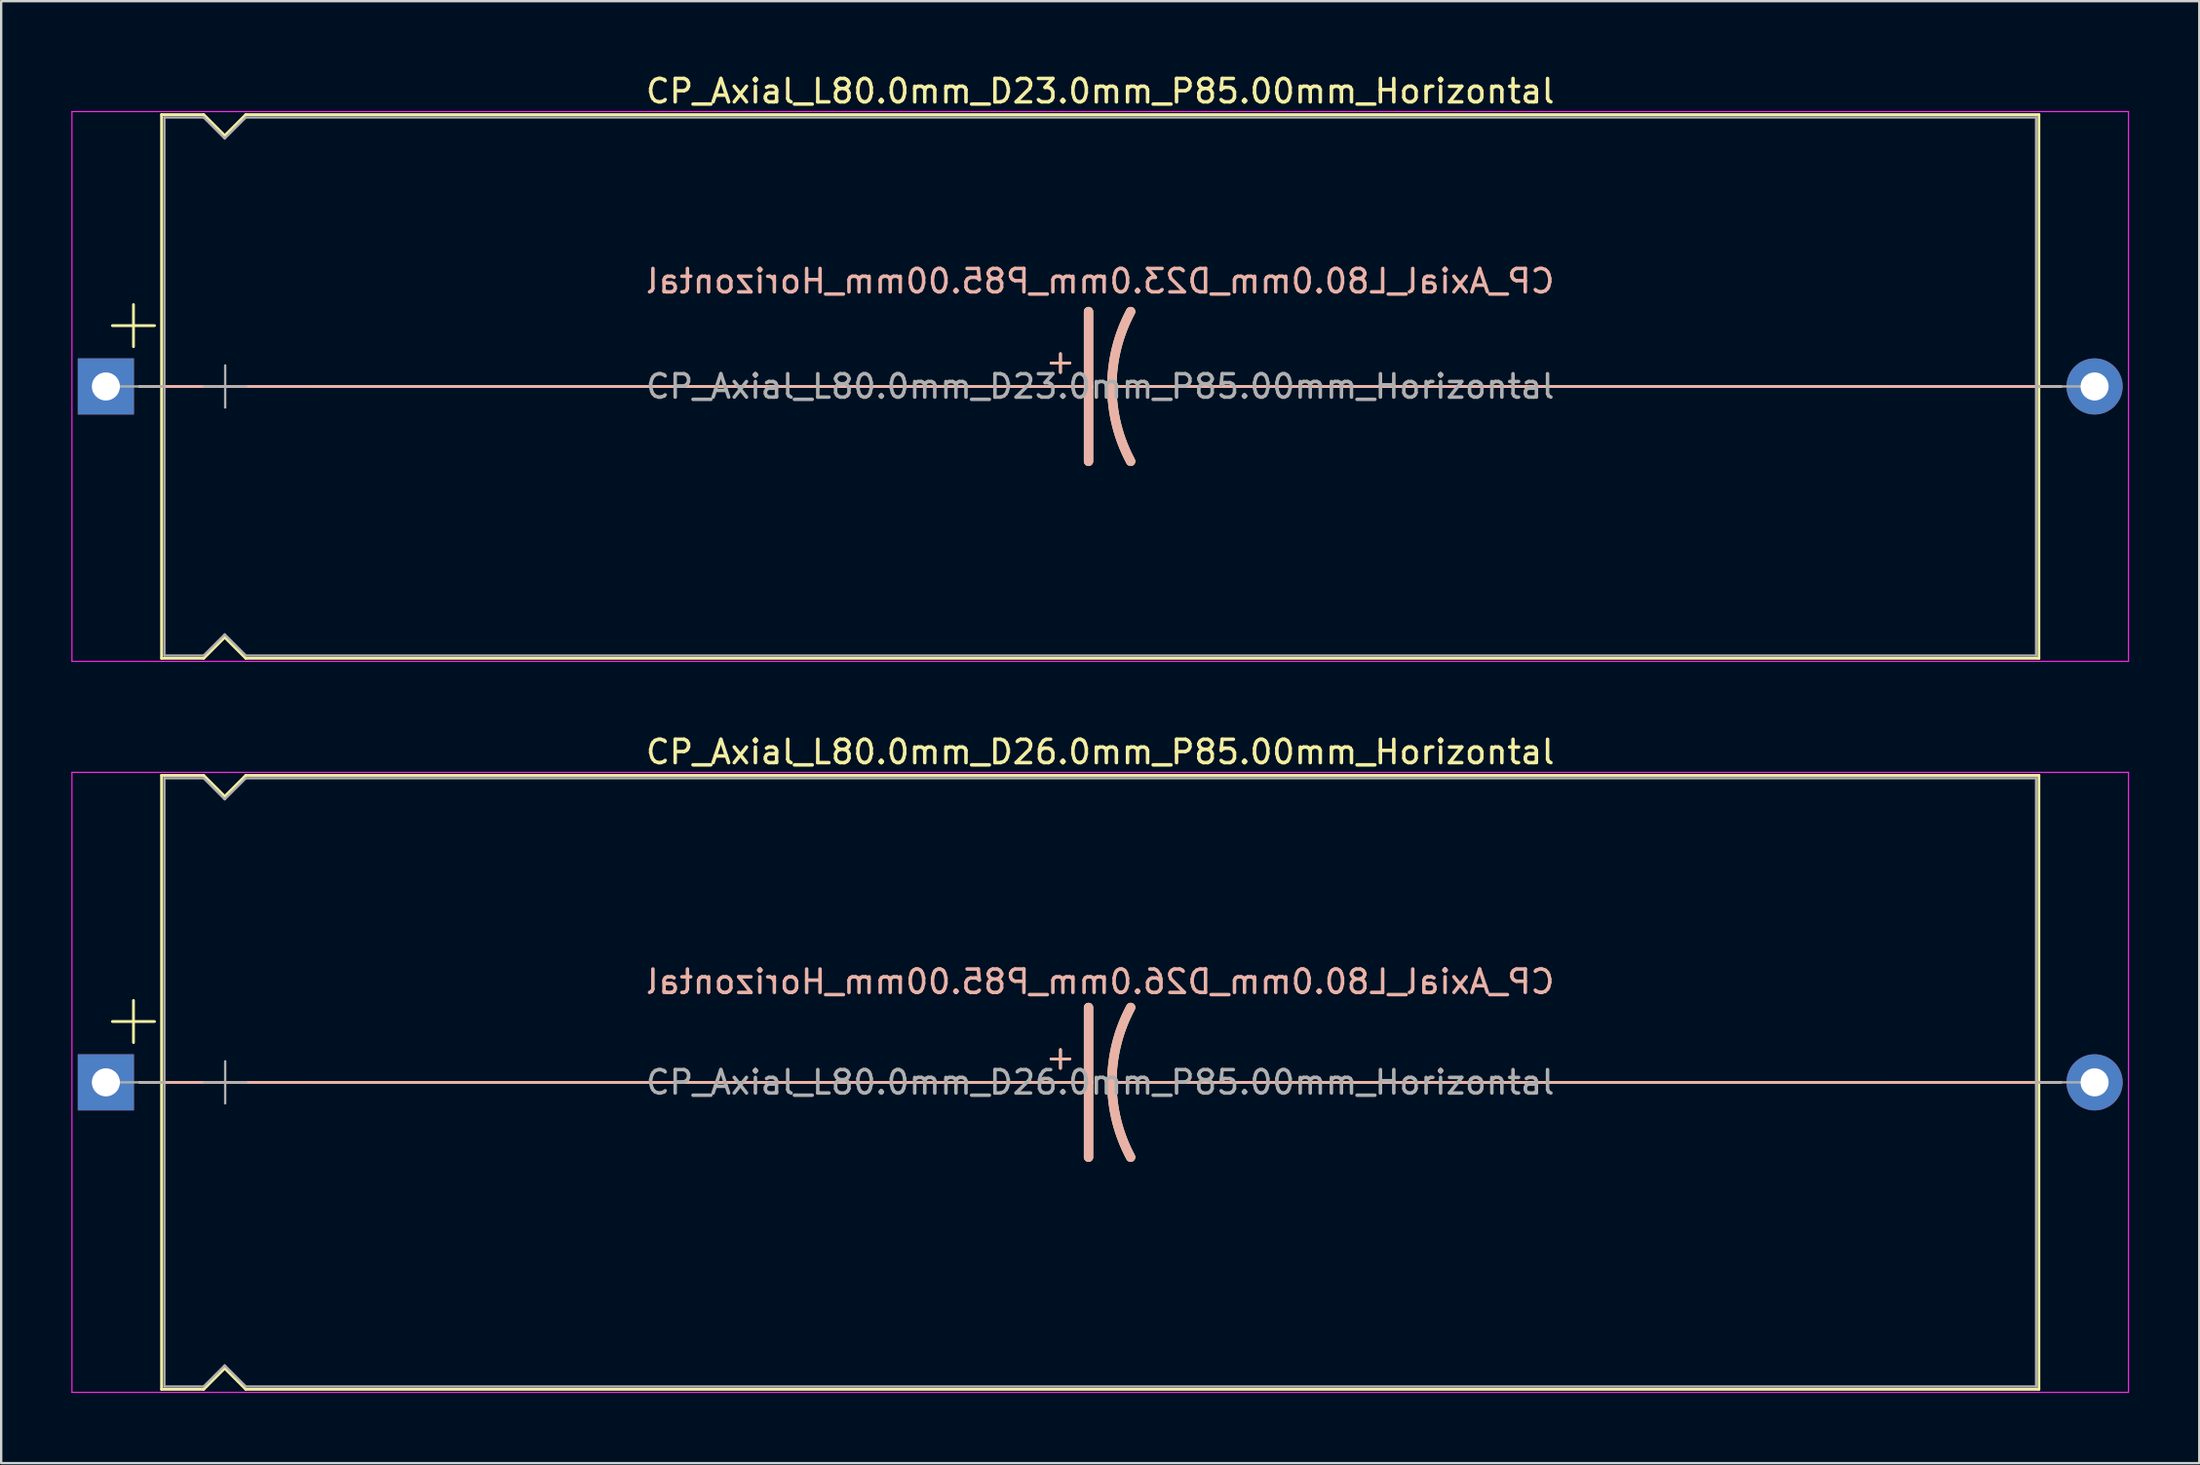
<source format=kicad_pcb>
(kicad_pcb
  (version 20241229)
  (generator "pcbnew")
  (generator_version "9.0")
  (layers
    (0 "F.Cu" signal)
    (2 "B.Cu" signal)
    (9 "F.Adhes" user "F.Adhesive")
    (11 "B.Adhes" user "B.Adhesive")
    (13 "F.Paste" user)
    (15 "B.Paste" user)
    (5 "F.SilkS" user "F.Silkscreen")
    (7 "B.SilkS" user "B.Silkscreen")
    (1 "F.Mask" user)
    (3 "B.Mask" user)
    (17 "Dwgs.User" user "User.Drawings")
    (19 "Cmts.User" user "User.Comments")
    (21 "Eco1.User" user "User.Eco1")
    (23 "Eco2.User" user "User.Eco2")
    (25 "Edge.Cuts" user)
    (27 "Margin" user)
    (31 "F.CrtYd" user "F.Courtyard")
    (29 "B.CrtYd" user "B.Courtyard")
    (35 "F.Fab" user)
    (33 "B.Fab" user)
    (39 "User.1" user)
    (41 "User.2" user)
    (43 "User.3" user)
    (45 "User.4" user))
  (footprint "CP_Axial_L80.0mm_D23.0mm_P85.00mm_Horizontal"
    (layer "F.Cu")
    (at 1.475 13.468)
    (property "Reference" "CP_Axial_L80.0mm_D23.0mm_P85.00mm_Horizontal" (at 42.5 -12.62 0) (layer "F.SilkS") (effects (font (size 1 1) (thickness 0.15))))
    (fp_line (start 0.28 -2.6) (end 2.08 -2.6) (stroke (width 0.12) (type solid)) (layer "F.SilkS"))
    (fp_line (start 1.18 -3.5) (end 1.18 -1.7) (stroke (width 0.12) (type solid)) (layer "F.SilkS"))
    (fp_line (start 1.44 0) (end 2.38 0) (stroke (width 0.12) (type solid)) (layer "F.SilkS"))
    (fp_line (start 2.38 -11.62) (end 2.38 11.62) (stroke (width 0.12) (type solid)) (layer "F.SilkS"))
    (fp_line (start 2.38 -11.62) (end 4.18 -11.62) (stroke (width 0.12) (type solid)) (layer "F.SilkS"))
    (fp_line (start 2.38 0) (end 42 0) (stroke (width 0.12) (type solid)) (layer "F.SilkS"))
    (fp_line (start 2.38 11.62) (end 4.18 11.62) (stroke (width 0.12) (type solid)) (layer "F.SilkS"))
    (fp_line (start 4.18 -11.62) (end 5.08 -10.72) (stroke (width 0.12) (type solid)) (layer "F.SilkS"))
    (fp_line (start 4.18 11.62) (end 5.08 10.72) (stroke (width 0.12) (type solid)) (layer "F.SilkS"))
    (fp_line (start 5.08 -10.72) (end 5.98 -11.62) (stroke (width 0.12) (type solid)) (layer "F.SilkS"))
    (fp_line (start 5.08 10.72) (end 5.98 11.62) (stroke (width 0.12) (type solid)) (layer "F.SilkS"))
    (fp_line (start 5.98 -11.62) (end 82.62 -11.62) (stroke (width 0.12) (type solid)) (layer "F.SilkS"))
    (fp_line (start 5.98 11.62) (end 82.62 11.62) (stroke (width 0.12) (type solid)) (layer "F.SilkS"))
    (fp_line (start 40.4 -1) (end 41.2 -1) (stroke (width 0.12) (type solid)) (layer "F.SilkS"))
    (fp_line (start 40.8 -1.4) (end 40.8 -0.6) (stroke (width 0.12) (type solid)) (layer "F.SilkS"))
    (fp_line (start 42 0) (end 42 -3.2) (stroke (width 0.4) (type solid)) (layer "F.SilkS"))
    (fp_line (start 42 0) (end 42 3.2) (stroke (width 0.4) (type solid)) (layer "F.SilkS"))
    (fp_line (start 82.62 -11.62) (end 82.62 11.62) (stroke (width 0.12) (type solid)) (layer "F.SilkS"))
    (fp_line (start 82.62 0) (end 43 0) (stroke (width 0.12) (type solid)) (layer "F.SilkS"))
    (fp_line (start 83.56 0) (end 82.62 0) (stroke (width 0.12) (type solid)) (layer "F.SilkS"))
    (fp_arc (start 43 0) (mid 43.203545 -1.649114) (end 43.8 -3.2) (stroke (width 0.4) (type solid)) (layer "F.SilkS"))
    (fp_arc (start 43.8 3.2) (mid 43.200704 1.649824) (end 43 0) (stroke (width 0.4) (type solid)) (layer "F.SilkS"))
    (fp_line (start 1.5 0) (end 8.88 0) (stroke (width 0.12) (type solid)) (layer "B.SilkS"))
    (fp_line (start 2.38 0) (end 42 0) (stroke (width 0.12) (type solid)) (layer "B.SilkS"))
    (fp_line (start 40.4 -1) (end 41.2 -1) (stroke (width 0.12) (type solid)) (layer "B.SilkS"))
    (fp_line (start 40.8 -0.6) (end 40.8 -1.4) (stroke (width 0.12) (type solid)) (layer "B.SilkS"))
    (fp_line (start 42 0) (end 42 -3.2) (stroke (width 0.4) (type solid)) (layer "B.SilkS"))
    (fp_line (start 42 0) (end 42 3.2) (stroke (width 0.4) (type solid)) (layer "B.SilkS"))
    (fp_line (start 82.62 0) (end 43 0) (stroke (width 0.12) (type solid)) (layer "B.SilkS"))
    (fp_line (start 83.5 0) (end 76.12 0) (stroke (width 0.12) (type solid)) (layer "B.SilkS"))
    (fp_arc (start 43 0) (mid 43.200703 -1.649824) (end 43.8 -3.2) (stroke (width 0.4) (type solid)) (layer "B.SilkS"))
    (fp_arc (start 43.8 3.2) (mid 43.203544 1.649114) (end 43 0) (stroke (width 0.4) (type solid)) (layer "B.SilkS"))
    (fp_line (start -1.45 -11.75) (end -1.45 11.75) (stroke (width 0.05) (type solid)) (layer "F.CrtYd"))
    (fp_line (start -1.45 11.75) (end 86.45 11.75) (stroke (width 0.05) (type solid)) (layer "F.CrtYd"))
    (fp_line (start 86.45 -11.75) (end -1.45 -11.75) (stroke (width 0.05) (type solid)) (layer "F.CrtYd"))
    (fp_line (start 86.45 11.75) (end 86.45 -11.75) (stroke (width 0.05) (type solid)) (layer "F.CrtYd"))
    (fp_line (start 0 0) (end 2.5 0) (stroke (width 0.1) (type solid)) (layer "F.Fab"))
    (fp_line (start 2.5 -11.5) (end 2.5 11.5) (stroke (width 0.1) (type solid)) (layer "F.Fab"))
    (fp_line (start 2.5 -11.5) (end 4.18 -11.5) (stroke (width 0.1) (type solid)) (layer "F.Fab"))
    (fp_line (start 2.5 11.5) (end 4.18 11.5) (stroke (width 0.1) (type solid)) (layer "F.Fab"))
    (fp_line (start 4.18 -11.5) (end 5.08 -10.6) (stroke (width 0.1) (type solid)) (layer "F.Fab"))
    (fp_line (start 4.18 11.5) (end 5.08 10.6) (stroke (width 0.1) (type solid)) (layer "F.Fab"))
    (fp_line (start 4.2 0) (end 6 0) (stroke (width 0.1) (type solid)) (layer "F.Fab"))
    (fp_line (start 5.08 -10.6) (end 5.98 -11.5) (stroke (width 0.1) (type solid)) (layer "F.Fab"))
    (fp_line (start 5.08 10.6) (end 5.98 11.5) (stroke (width 0.1) (type solid)) (layer "F.Fab"))
    (fp_line (start 5.1 -0.9) (end 5.1 0.9) (stroke (width 0.1) (type solid)) (layer "F.Fab"))
    (fp_line (start 5.98 -11.5) (end 82.5 -11.5) (stroke (width 0.1) (type solid)) (layer "F.Fab"))
    (fp_line (start 5.98 11.5) (end 82.5 11.5) (stroke (width 0.1) (type solid)) (layer "F.Fab"))
    (fp_line (start 82.5 -11.5) (end 82.5 11.5) (stroke (width 0.1) (type solid)) (layer "F.Fab"))
    (fp_line (start 85 0) (end 82.5 0) (stroke (width 0.1) (type solid)) (layer "F.Fab"))
    (fp_text user "${REFERENCE}" (at 42.5 -4.5 0) (layer "B.SilkS") (effects (font (size 1 1) (thickness 0.15)) (justify mirror)))
    (fp_text user "${REFERENCE}" (at 42.5 0 0) (layer "F.Fab") (effects (font (size 1 1) (thickness 0.15))))
    (pad "1" thru_hole rect (at 0 0) (size 2.4 2.4) (drill 1.2) (layers "*.Cu" "*.Mask"))
    (pad "2" thru_hole oval (at 85 0) (size 2.4 2.4) (drill 1.2) (layers "*.Cu" "*.Mask")))
  (footprint "CP_Axial_L80.0mm_D26.0mm_P85.00mm_Horizontal"
    (layer "F.Cu")
    (at 1.475 43.212)
    (property "Reference" "CP_Axial_L80.0mm_D26.0mm_P85.00mm_Horizontal" (at 42.5 -14.12 0) (layer "F.SilkS") (effects (font (size 1 1) (thickness 0.15))))
    (fp_line (start 0.28 -2.6) (end 2.08 -2.6) (stroke (width 0.12) (type solid)) (layer "F.SilkS"))
    (fp_line (start 1.18 -3.5) (end 1.18 -1.7) (stroke (width 0.12) (type solid)) (layer "F.SilkS"))
    (fp_line (start 1.44 0) (end 2.38 0) (stroke (width 0.12) (type solid)) (layer "F.SilkS"))
    (fp_line (start 2.38 -13.12) (end 2.38 13.12) (stroke (width 0.12) (type solid)) (layer "F.SilkS"))
    (fp_line (start 2.38 -13.12) (end 4.18 -13.12) (stroke (width 0.12) (type solid)) (layer "F.SilkS"))
    (fp_line (start 2.38 0) (end 42 0) (stroke (width 0.12) (type solid)) (layer "F.SilkS"))
    (fp_line (start 2.38 13.12) (end 4.18 13.12) (stroke (width 0.12) (type solid)) (layer "F.SilkS"))
    (fp_line (start 4.18 -13.12) (end 5.08 -12.22) (stroke (width 0.12) (type solid)) (layer "F.SilkS"))
    (fp_line (start 4.18 13.12) (end 5.08 12.22) (stroke (width 0.12) (type solid)) (layer "F.SilkS"))
    (fp_line (start 5.08 -12.22) (end 5.98 -13.12) (stroke (width 0.12) (type solid)) (layer "F.SilkS"))
    (fp_line (start 5.08 12.22) (end 5.98 13.12) (stroke (width 0.12) (type solid)) (layer "F.SilkS"))
    (fp_line (start 5.98 -13.12) (end 82.62 -13.12) (stroke (width 0.12) (type solid)) (layer "F.SilkS"))
    (fp_line (start 5.98 13.12) (end 82.62 13.12) (stroke (width 0.12) (type solid)) (layer "F.SilkS"))
    (fp_line (start 40.4 -1) (end 41.2 -1) (stroke (width 0.12) (type solid)) (layer "F.SilkS"))
    (fp_line (start 40.8 -1.4) (end 40.8 -0.6) (stroke (width 0.12) (type solid)) (layer "F.SilkS"))
    (fp_line (start 42 0) (end 42 -3.2) (stroke (width 0.4) (type solid)) (layer "F.SilkS"))
    (fp_line (start 42 0) (end 42 3.2) (stroke (width 0.4) (type solid)) (layer "F.SilkS"))
    (fp_line (start 82.62 -13.12) (end 82.62 13.12) (stroke (width 0.12) (type solid)) (layer "F.SilkS"))
    (fp_line (start 82.62 0) (end 43 0) (stroke (width 0.12) (type solid)) (layer "F.SilkS"))
    (fp_line (start 83.56 0) (end 82.62 0) (stroke (width 0.12) (type solid)) (layer "F.SilkS"))
    (fp_arc (start 43 0) (mid 43.203545 -1.649114) (end 43.8 -3.2) (stroke (width 0.4) (type solid)) (layer "F.SilkS"))
    (fp_arc (start 43.8 3.2) (mid 43.200704 1.649824) (end 43 0) (stroke (width 0.4) (type solid)) (layer "F.SilkS"))
    (fp_line (start 1.5 0) (end 8.88 0) (stroke (width 0.12) (type solid)) (layer "B.SilkS"))
    (fp_line (start 2.38 0) (end 42 0) (stroke (width 0.12) (type solid)) (layer "B.SilkS"))
    (fp_line (start 40.4 -1) (end 41.2 -1) (stroke (width 0.12) (type solid)) (layer "B.SilkS"))
    (fp_line (start 40.8 -0.6) (end 40.8 -1.4) (stroke (width 0.12) (type solid)) (layer "B.SilkS"))
    (fp_line (start 42 0) (end 42 -3.2) (stroke (width 0.4) (type solid)) (layer "B.SilkS"))
    (fp_line (start 42 0) (end 42 3.2) (stroke (width 0.4) (type solid)) (layer "B.SilkS"))
    (fp_line (start 82.62 0) (end 43 0) (stroke (width 0.12) (type solid)) (layer "B.SilkS"))
    (fp_line (start 83.5 0) (end 76.12 0) (stroke (width 0.12) (type solid)) (layer "B.SilkS"))
    (fp_arc (start 43 0) (mid 43.200703 -1.649824) (end 43.8 -3.2) (stroke (width 0.4) (type solid)) (layer "B.SilkS"))
    (fp_arc (start 43.8 3.2) (mid 43.203544 1.649114) (end 43 0) (stroke (width 0.4) (type solid)) (layer "B.SilkS"))
    (fp_line (start -1.45 -13.25) (end -1.45 13.25) (stroke (width 0.05) (type solid)) (layer "F.CrtYd"))
    (fp_line (start -1.45 13.25) (end 86.45 13.25) (stroke (width 0.05) (type solid)) (layer "F.CrtYd"))
    (fp_line (start 86.45 -13.25) (end -1.45 -13.25) (stroke (width 0.05) (type solid)) (layer "F.CrtYd"))
    (fp_line (start 86.45 13.25) (end 86.45 -13.25) (stroke (width 0.05) (type solid)) (layer "F.CrtYd"))
    (fp_line (start 0 0) (end 2.5 0) (stroke (width 0.1) (type solid)) (layer "F.Fab"))
    (fp_line (start 2.5 -13) (end 2.5 13) (stroke (width 0.1) (type solid)) (layer "F.Fab"))
    (fp_line (start 2.5 -13) (end 4.18 -13) (stroke (width 0.1) (type solid)) (layer "F.Fab"))
    (fp_line (start 2.5 13) (end 4.18 13) (stroke (width 0.1) (type solid)) (layer "F.Fab"))
    (fp_line (start 4.18 -13) (end 5.08 -12.1) (stroke (width 0.1) (type solid)) (layer "F.Fab"))
    (fp_line (start 4.18 13) (end 5.08 12.1) (stroke (width 0.1) (type solid)) (layer "F.Fab"))
    (fp_line (start 4.2 0) (end 6 0) (stroke (width 0.1) (type solid)) (layer "F.Fab"))
    (fp_line (start 5.08 -12.1) (end 5.98 -13) (stroke (width 0.1) (type solid)) (layer "F.Fab"))
    (fp_line (start 5.08 12.1) (end 5.98 13) (stroke (width 0.1) (type solid)) (layer "F.Fab"))
    (fp_line (start 5.1 -0.9) (end 5.1 0.9) (stroke (width 0.1) (type solid)) (layer "F.Fab"))
    (fp_line (start 5.98 -13) (end 82.5 -13) (stroke (width 0.1) (type solid)) (layer "F.Fab"))
    (fp_line (start 5.98 13) (end 82.5 13) (stroke (width 0.1) (type solid)) (layer "F.Fab"))
    (fp_line (start 82.5 -13) (end 82.5 13) (stroke (width 0.1) (type solid)) (layer "F.Fab"))
    (fp_line (start 85 0) (end 82.5 0) (stroke (width 0.1) (type solid)) (layer "F.Fab"))
    (fp_text user "${REFERENCE}" (at 42.5 -4.3 0) (layer "B.SilkS") (effects (font (size 1 1) (thickness 0.15)) (justify mirror)))
    (fp_text user "${REFERENCE}" (at 42.5 0 0) (layer "F.Fab") (effects (font (size 1 1) (thickness 0.15))))
    (pad "1" thru_hole rect (at 0 0) (size 2.4 2.4) (drill 1.2) (layers "*.Cu" "*.Mask"))
    (pad "2" thru_hole oval (at 85 0) (size 2.4 2.4) (drill 1.2) (layers "*.Cu" "*.Mask")))
  (gr_rect
    (start -3 -3)
    (end 90.95 59.486)
    (stroke (width 0.1) (type default))
    (fill no)
    (layer "Edge.Cuts")))
</source>
